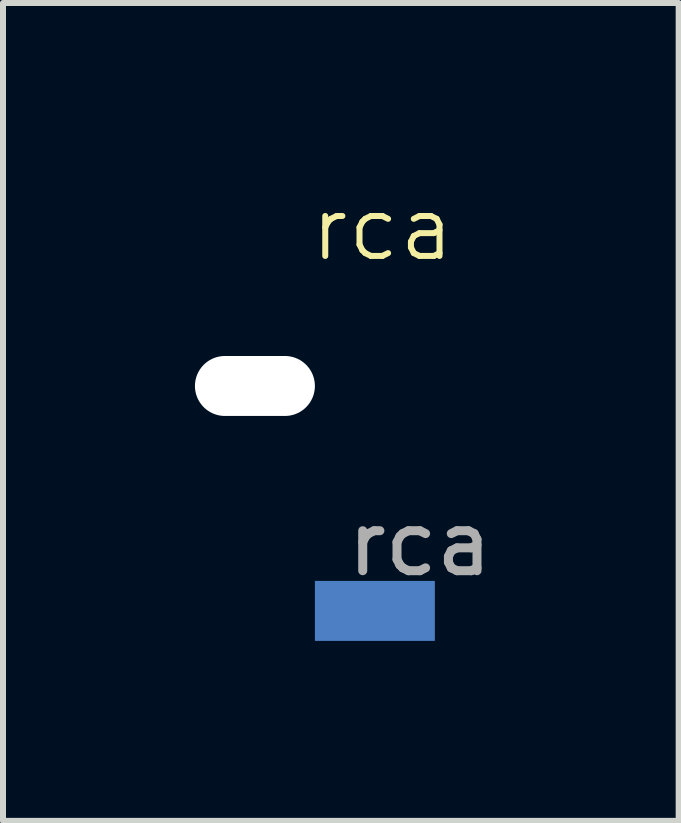
<source format=kicad_pcb>
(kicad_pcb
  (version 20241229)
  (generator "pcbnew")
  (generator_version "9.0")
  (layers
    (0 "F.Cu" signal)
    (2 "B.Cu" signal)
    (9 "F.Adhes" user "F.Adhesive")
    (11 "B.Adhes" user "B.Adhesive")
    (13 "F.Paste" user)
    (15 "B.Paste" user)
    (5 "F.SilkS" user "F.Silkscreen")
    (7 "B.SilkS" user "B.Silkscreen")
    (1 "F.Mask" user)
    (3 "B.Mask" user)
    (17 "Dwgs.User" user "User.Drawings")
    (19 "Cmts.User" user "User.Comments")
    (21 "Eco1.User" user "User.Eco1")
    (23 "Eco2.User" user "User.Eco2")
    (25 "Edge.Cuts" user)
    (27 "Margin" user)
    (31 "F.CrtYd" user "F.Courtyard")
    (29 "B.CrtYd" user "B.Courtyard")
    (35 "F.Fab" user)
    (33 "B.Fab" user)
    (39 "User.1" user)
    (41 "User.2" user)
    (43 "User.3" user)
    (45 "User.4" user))
  (footprint "rca"
    (layer "F.Cu")
    (at 1.2 3.385)
    (property "Reference" "rca" (at 2.125 -2.625 0) (unlocked yes) (layer "F.SilkS") (effects (font (size 1 1) (thickness 0.1))))
    (attr through_hole)
    (fp_text user "${REFERENCE}" (at 2.75 2.625 0) (unlocked yes) (layer "F.Fab") (effects (font (size 1 1) (thickness 0.15))))
    (pad "1" thru_hole rect (at 0 0) (size 2.4 1.4) (drill oval 2 1) (layers "*.Cu" "B.Mask") (remove_unused_layers yes) (zone_layer_connections))
    (pad "2" smd rect (at 2 3.75) (size 2 1) (layers "B.Cu" "B.Mask")))
  (gr_rect
    (start -3 -3)
    (end 8.265 10.636)
    (stroke (width 0.1) (type default))
    (fill no)
    (layer "Edge.Cuts")))
</source>
